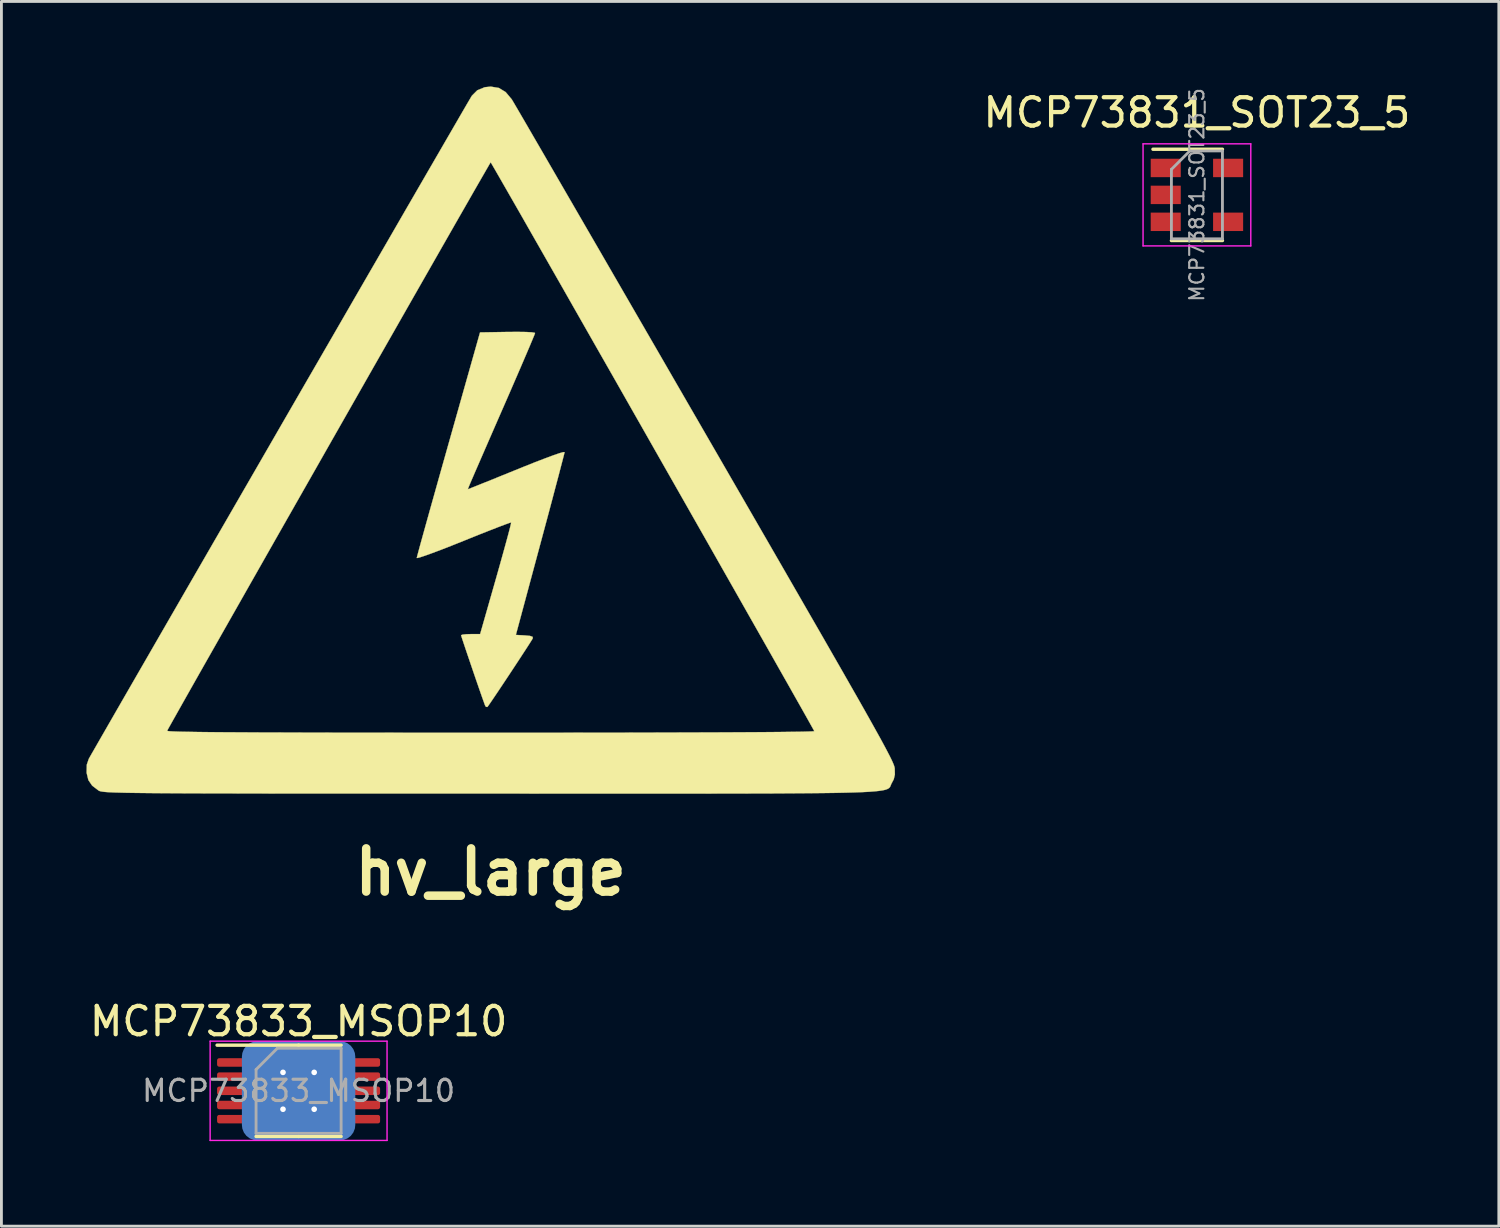
<source format=kicad_pcb>
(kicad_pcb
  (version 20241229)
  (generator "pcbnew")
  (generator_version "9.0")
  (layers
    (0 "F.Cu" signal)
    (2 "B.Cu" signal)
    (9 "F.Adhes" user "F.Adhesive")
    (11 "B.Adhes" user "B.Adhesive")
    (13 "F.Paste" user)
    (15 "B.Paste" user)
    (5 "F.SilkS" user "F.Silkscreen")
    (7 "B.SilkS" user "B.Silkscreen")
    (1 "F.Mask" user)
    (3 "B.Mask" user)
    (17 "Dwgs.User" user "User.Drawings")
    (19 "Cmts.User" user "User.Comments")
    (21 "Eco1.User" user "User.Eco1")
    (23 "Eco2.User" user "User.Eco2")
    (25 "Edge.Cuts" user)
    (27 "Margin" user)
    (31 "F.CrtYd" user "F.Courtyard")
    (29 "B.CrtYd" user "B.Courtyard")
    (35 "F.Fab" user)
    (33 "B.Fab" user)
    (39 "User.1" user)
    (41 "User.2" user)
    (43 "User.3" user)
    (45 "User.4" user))
  (footprint "MCP73833_MSOP10"
    (layer "F.Cu")
    (at 7.482 35.425)
    (property "Reference" "MCP73833_MSOP10" (at 0 -2.45 0) (layer "F.SilkS") (effects (font (size 1 1) (thickness 0.15))))
    (attr smd)
    (fp_line (start 0 -1.61) (end -2.875 -1.61) (stroke (width 0.12) (type solid)) (layer "F.SilkS"))
    (fp_line (start 0 -1.61) (end 1.5 -1.61) (stroke (width 0.12) (type solid)) (layer "F.SilkS"))
    (fp_line (start 0 1.61) (end -1.5 1.61) (stroke (width 0.12) (type solid)) (layer "F.SilkS"))
    (fp_line (start 0 1.61) (end 1.5 1.61) (stroke (width 0.12) (type solid)) (layer "F.SilkS"))
    (fp_line (start -3.12 -1.75) (end -3.12 1.75) (stroke (width 0.05) (type solid)) (layer "F.CrtYd"))
    (fp_line (start -3.12 1.75) (end 3.12 1.75) (stroke (width 0.05) (type solid)) (layer "F.CrtYd"))
    (fp_line (start 3.12 -1.75) (end -3.12 -1.75) (stroke (width 0.05) (type solid)) (layer "F.CrtYd"))
    (fp_line (start 3.12 1.75) (end 3.12 -1.75) (stroke (width 0.05) (type solid)) (layer "F.CrtYd"))
    (fp_line (start -1.5 -0.75) (end -0.75 -1.5) (stroke (width 0.1) (type solid)) (layer "F.Fab"))
    (fp_line (start -1.5 1.5) (end -1.5 -0.75) (stroke (width 0.1) (type solid)) (layer "F.Fab"))
    (fp_line (start -0.75 -1.5) (end 1.5 -1.5) (stroke (width 0.1) (type solid)) (layer "F.Fab"))
    (fp_line (start 1.5 -1.5) (end 1.5 1.5) (stroke (width 0.1) (type solid)) (layer "F.Fab"))
    (fp_line (start 1.5 1.5) (end -1.5 1.5) (stroke (width 0.1) (type solid)) (layer "F.Fab"))
    (fp_text user "${REFERENCE}" (at 0 0 0) (layer "F.Fab") (effects (font (size 0.75 0.75) (thickness 0.11))))
    (pad "" smd roundrect (at -0.42 -0.47) (size 0.7 0.79) (layers "F.Paste") (roundrect_rratio 0.25))
    (pad "" smd roundrect (at -0.42 0.47) (size 0.7 0.79) (layers "F.Paste") (roundrect_rratio 0.25))
    (pad "" smd roundrect (at 0.42 -0.47) (size 0.7 0.79) (layers "F.Paste") (roundrect_rratio 0.25))
    (pad "" smd roundrect (at 0.42 0.47) (size 0.7 0.79) (layers "F.Paste") (roundrect_rratio 0.25))
    (pad "1" smd roundrect (at -2.15 -1) (size 1.45 0.3) (layers "F.Cu" "F.Mask" "F.Paste") (roundrect_rratio 0.25))
    (pad "2" smd roundrect (at -2.15 -0.5) (size 1.45 0.3) (layers "F.Cu" "F.Mask" "F.Paste") (roundrect_rratio 0.25))
    (pad "3" smd roundrect (at -2.15 0) (size 1.45 0.3) (layers "F.Cu" "F.Mask" "F.Paste") (roundrect_rratio 0.25))
    (pad "4" smd roundrect (at -2.15 0.5) (size 1.45 0.3) (layers "F.Cu" "F.Mask" "F.Paste") (roundrect_rratio 0.25))
    (pad "5" smd roundrect (at -2.15 1) (size 1.45 0.3) (layers "F.Cu" "F.Mask" "F.Paste") (roundrect_rratio 0.25))
    (pad "6" smd roundrect (at 2.15 1) (size 1.45 0.3) (layers "F.Cu" "F.Mask" "F.Paste") (roundrect_rratio 0.25))
    (pad "7" smd roundrect (at 2.15 0.5) (size 1.45 0.3) (layers "F.Cu" "F.Mask" "F.Paste") (roundrect_rratio 0.25))
    (pad "8" smd roundrect (at 2.15 0) (size 1.45 0.3) (layers "F.Cu" "F.Mask" "F.Paste") (roundrect_rratio 0.25))
    (pad "9" smd roundrect (at 2.15 -0.5) (size 1.45 0.3) (layers "F.Cu" "F.Mask" "F.Paste") (roundrect_rratio 0.25))
    (pad "10" smd roundrect (at 2.15 -1) (size 1.45 0.3) (layers "F.Cu" "F.Mask" "F.Paste") (roundrect_rratio 0.25))
    (pad "PAD" thru_hole circle (at -0.55 -0.65) (size 0.5 0.5) (drill 0.2) (layers "*.Cu"))
    (pad "PAD" thru_hole circle (at -0.55 0.65) (size 0.5 0.5) (drill 0.2) (layers "*.Cu"))
    (pad "PAD" smd roundrect (at 0 0) (size 1.8 2.5) (layers "F.Cu" "F.Mask") (roundrect_rratio 0.149))
    (pad "PAD" smd roundrect (at 0 0) (size 4 3.5) (layers "B.Cu") (roundrect_rratio 0.156))
    (pad "PAD" thru_hole circle (at 0.55 -0.65) (size 0.5 0.5) (drill 0.2) (layers "*.Cu"))
    (pad "PAD" thru_hole circle (at 0.55 0.65) (size 0.5 0.5) (drill 0.2) (layers "*.Cu")))
  (footprint "MCP73831_SOT23_5"
    (layer "F.Cu")
    (at 39.168 3.824)
    (property "Reference" "MCP73831_SOT23_5" (at 0 -2.9 0) (layer "F.SilkS") (effects (font (size 1 1) (thickness 0.15))))
    (attr smd)
    (fp_line (start -0.9 1.61) (end 0.9 1.61) (stroke (width 0.12) (type solid)) (layer "F.SilkS"))
    (fp_line (start 0.9 -1.61) (end -1.55 -1.61) (stroke (width 0.12) (type solid)) (layer "F.SilkS"))
    (fp_line (start -1.9 -1.8) (end 1.9 -1.8) (stroke (width 0.05) (type solid)) (layer "F.CrtYd"))
    (fp_line (start -1.9 1.8) (end -1.9 -1.8) (stroke (width 0.05) (type solid)) (layer "F.CrtYd"))
    (fp_line (start 1.9 -1.8) (end 1.9 1.8) (stroke (width 0.05) (type solid)) (layer "F.CrtYd"))
    (fp_line (start 1.9 1.8) (end -1.9 1.8) (stroke (width 0.05) (type solid)) (layer "F.CrtYd"))
    (fp_line (start -0.9 -0.9) (end -0.9 1.55) (stroke (width 0.1) (type solid)) (layer "F.Fab"))
    (fp_line (start -0.9 -0.9) (end -0.25 -1.55) (stroke (width 0.1) (type solid)) (layer "F.Fab"))
    (fp_line (start 0.9 -1.55) (end -0.25 -1.55) (stroke (width 0.1) (type solid)) (layer "F.Fab"))
    (fp_line (start 0.9 -1.55) (end 0.9 1.55) (stroke (width 0.1) (type solid)) (layer "F.Fab"))
    (fp_line (start 0.9 1.55) (end -0.9 1.55) (stroke (width 0.1) (type solid)) (layer "F.Fab"))
    (fp_text user "${REFERENCE}" (at 0 0 90) (layer "F.Fab") (effects (font (size 0.5 0.5) (thickness 0.075))))
    (pad "1" smd rect (at -1.1 -0.95) (size 1.06 0.65) (layers "F.Cu" "F.Mask" "F.Paste"))
    (pad "2" smd rect (at -1.1 0) (size 1.06 0.65) (layers "F.Cu" "F.Mask" "F.Paste"))
    (pad "3" smd rect (at -1.1 0.95) (size 1.06 0.65) (layers "F.Cu" "F.Mask" "F.Paste"))
    (pad "4" smd rect (at 1.1 0.95) (size 1.06 0.65) (layers "F.Cu" "F.Mask" "F.Paste"))
    (pad "5" smd rect (at 1.1 -0.95) (size 1.06 0.65) (layers "F.Cu" "F.Mask" "F.Paste")))
  (footprint "hv_large"
    (layer "F.Cu")
    (at 14.257 16.532)
    (property "Reference" "hv_large" (at 0 11.176 0) (layer "F.SilkS") (effects (font (size 1.524 1.524) (thickness 0.3))))
    (attr through_hole)
    (fp_poly (pts (xy 1.244 -7.872) (xy 1.447 -7.861) (xy 1.553 -7.844) (xy 1.566 -7.835) (xy 1.543 -7.772) (xy 1.478 -7.614) (xy 1.376 -7.37) (xy 1.24 -7.052) (xy 1.076 -6.669) (xy 0.887 -6.232) (xy 0.679 -5.752) (xy 0.455 -5.239) (xy 0.429 -5.18) (xy 0.202 -4.661) (xy -0.012 -4.17) (xy -0.208 -3.72) (xy -0.381 -3.322) (xy -0.528 -2.985) (xy -0.642 -2.721) (xy -0.72 -2.54) (xy -0.756 -2.454) (xy -0.757 -2.452) (xy -0.808 -2.323) (xy -0.534 -2.431) (xy -0.407 -2.482) (xy -0.19 -2.57) (xy 0.1 -2.686) (xy 0.444 -2.826) (xy 0.824 -2.98) (xy 1.174 -3.122) (xy 1.564 -3.278) (xy 1.911 -3.411) (xy 2.201 -3.519) (xy 2.422 -3.595) (xy 2.562 -3.635) (xy 2.607 -3.635) (xy 2.592 -3.568) (xy 2.549 -3.399) (xy 2.481 -3.139) (xy 2.392 -2.797) (xy 2.282 -2.384) (xy 2.157 -1.91) (xy 2.017 -1.385) (xy 1.865 -0.82) (xy 1.746 -0.377) (xy 0.888 2.813) (xy 1.203 2.83) (xy 1.389 2.848) (xy 1.478 2.879) (xy 1.487 2.928) (xy 1.449 2.994) (xy 1.357 3.14) (xy 1.222 3.349) (xy 1.055 3.605) (xy 0.867 3.891) (xy 0.669 4.191) (xy 0.472 4.488) (xy 0.287 4.766) (xy 0.124 5.008) (xy -0.005 5.198) (xy -0.09 5.32) (xy -0.116 5.354) (xy -0.167 5.349) (xy -0.199 5.296) (xy -0.243 5.175) (xy -0.314 4.976) (xy -0.404 4.718) (xy -0.507 4.42) (xy -0.616 4.102) (xy -0.725 3.781) (xy -0.828 3.478) (xy -0.918 3.211) (xy -0.988 3.001) (xy -1.032 2.865) (xy -1.044 2.823) (xy -0.991 2.802) (xy -0.855 2.788) (xy -0.708 2.784) (xy -0.372 2.784) (xy 0.187 0.827) (xy 0.316 0.371) (xy 0.433 -0.048) (xy 0.535 -0.418) (xy 0.619 -0.727) (xy 0.68 -0.96) (xy 0.715 -1.107) (xy 0.722 -1.153) (xy 0.665 -1.138) (xy 0.513 -1.084) (xy 0.281 -0.996) (xy -0.02 -0.879) (xy -0.375 -0.739) (xy -0.771 -0.58) (xy -0.955 -0.505) (xy -1.368 -0.34) (xy -1.741 -0.194) (xy -2.064 -0.073) (xy -2.322 0.02) (xy -2.504 0.08) (xy -2.598 0.101) (xy -2.607 0.098) (xy -2.591 0.032) (xy -2.546 -0.137) (xy -2.475 -0.398) (xy -2.379 -0.745) (xy -2.262 -1.166) (xy -2.126 -1.653) (xy -1.973 -2.198) (xy -1.807 -2.79) (xy -1.629 -3.421) (xy -1.49 -3.914) (xy -0.375 -7.858) (xy 0.596 -7.874) (xy 0.956 -7.876) (xy 1.244 -7.872)) (stroke (width 0.01) (type solid)) (fill yes) (layer "F.SilkS"))
    (fp_poly (pts (xy 0.287 -16.48) (xy 0.529 -16.334) (xy 0.741 -16.081) (xy 0.752 -16.064) (xy 0.796 -15.99) (xy 0.896 -15.82) (xy 1.048 -15.559) (xy 1.251 -15.211) (xy 1.5 -14.781) (xy 1.795 -14.273) (xy 2.131 -13.693) (xy 2.507 -13.044) (xy 2.92 -12.331) (xy 3.367 -11.559) (xy 3.846 -10.733) (xy 4.353 -9.856) (xy 4.887 -8.933) (xy 5.444 -7.97) (xy 6.022 -6.971) (xy 6.618 -5.939) (xy 7.23 -4.881) (xy 7.571 -4.291) (xy 8.308 -3.016) (xy 8.989 -1.837) (xy 9.617 -0.75) (xy 10.193 0.248) (xy 10.719 1.161) (xy 11.198 1.993) (xy 11.633 2.747) (xy 12.024 3.429) (xy 12.375 4.041) (xy 12.687 4.588) (xy 12.964 5.073) (xy 13.206 5.5) (xy 13.416 5.874) (xy 13.596 6.197) (xy 13.75 6.474) (xy 13.877 6.709) (xy 13.982 6.906) (xy 14.066 7.068) (xy 14.131 7.199) (xy 14.18 7.304) (xy 14.214 7.386) (xy 14.236 7.448) (xy 14.248 7.496) (xy 14.252 7.521) (xy 14.257 7.739) (xy 14.218 7.904) (xy 14.156 8.022) (xy 14.134 8.064) (xy 14.118 8.102) (xy 14.104 8.138) (xy 14.088 8.171) (xy 14.066 8.201) (xy 14.032 8.228) (xy 13.983 8.253) (xy 13.915 8.276) (xy 13.822 8.296) (xy 13.701 8.314) (xy 13.548 8.33) (xy 13.357 8.345) (xy 13.125 8.357) (xy 12.847 8.368) (xy 12.519 8.377) (xy 12.137 8.385) (xy 11.696 8.391) (xy 11.192 8.396) (xy 10.62 8.4) (xy 9.976 8.404) (xy 9.256 8.406) (xy 8.456 8.408) (xy 7.571 8.409) (xy 6.597 8.409) (xy 5.529 8.409) (xy 4.363 8.409) (xy 3.095 8.409) (xy 1.72 8.409) (xy 0.234 8.408) (xy -0.009 8.408) (xy -1.494 8.408) (xy -2.867 8.408) (xy -4.133 8.408) (xy -5.297 8.408) (xy -6.362 8.407) (xy -7.333 8.407) (xy -8.215 8.406) (xy -9.012 8.404) (xy -9.728 8.403) (xy -10.368 8.401) (xy -10.936 8.399) (xy -11.436 8.396) (xy -11.874 8.393) (xy -12.253 8.389) (xy -12.577 8.385) (xy -12.852 8.381) (xy -13.082 8.375) (xy -13.271 8.37) (xy -13.423 8.363) (xy -13.543 8.356) (xy -13.636 8.348) (xy -13.705 8.339) (xy -13.755 8.33) (xy -13.791 8.32) (xy -13.817 8.308) (xy -13.831 8.301) (xy -14.057 8.128) (xy -14.19 7.933) (xy -14.25 7.684) (xy -14.252 7.665) (xy -14.246 7.392) (xy -14.176 7.186) (xy -14.137 7.116) (xy -14.043 6.951) (xy -13.897 6.697) (xy -13.703 6.359) (xy -13.609 6.196) (xy -11.411 6.196) (xy -11.386 6.204) (xy -11.302 6.212) (xy -11.157 6.219) (xy -10.945 6.226) (xy -10.665 6.231) (xy -10.311 6.237) (xy -9.882 6.242) (xy -9.374 6.246) (xy -8.782 6.249) (xy -8.104 6.253) (xy -7.336 6.255) (xy -6.474 6.258) (xy -5.515 6.26) (xy -4.456 6.261) (xy -3.293 6.262) (xy -2.022 6.263) (xy -0.64 6.263) (xy 0 6.263) (xy 1.432 6.263) (xy 2.778 6.262) (xy 4.034 6.261) (xy 5.2 6.259) (xy 6.272 6.256) (xy 7.25 6.253) (xy 8.13 6.25) (xy 8.91 6.246) (xy 9.589 6.242) (xy 10.165 6.237) (xy 10.634 6.231) (xy 10.995 6.226) (xy 11.246 6.219) (xy 11.385 6.213) (xy 11.415 6.208) (xy 11.383 6.148) (xy 11.297 5.993) (xy 11.161 5.75) (xy 10.978 5.425) (xy 10.75 5.022) (xy 10.483 4.549) (xy 10.177 4.01) (xy 9.839 3.412) (xy 9.469 2.76) (xy 9.072 2.061) (xy 8.652 1.32) (xy 8.21 0.542) (xy 7.752 -0.265) (xy 7.279 -1.097) (xy 6.796 -1.947) (xy 6.305 -2.81) (xy 5.81 -3.679) (xy 5.315 -4.55) (xy 4.822 -5.416) (xy 4.336 -6.271) (xy 3.858 -7.109) (xy 3.393 -7.925) (xy 2.944 -8.713) (xy 2.515 -9.467) (xy 2.107 -10.181) (xy 1.726 -10.849) (xy 1.374 -11.465) (xy 1.055 -12.025) (xy 0.771 -12.52) (xy 0.526 -12.947) (xy 0.324 -13.299) (xy 0.168 -13.57) (xy 0.061 -13.755) (xy 0.007 -13.847) (xy 0 -13.856) (xy -0.031 -13.807) (xy -0.115 -13.662) (xy -0.25 -13.428) (xy -0.433 -13.111) (xy -0.659 -12.717) (xy -0.926 -12.25) (xy -1.231 -11.718) (xy -1.569 -11.126) (xy -1.938 -10.48) (xy -2.334 -9.786) (xy -2.755 -9.049) (xy -3.196 -8.275) (xy -3.654 -7.471) (xy -4.127 -6.642) (xy -4.61 -5.793) (xy -5.1 -4.932) (xy -5.595 -4.063) (xy -6.09 -3.192) (xy -6.583 -2.326) (xy -7.07 -1.47) (xy -7.548 -0.63) (xy -8.013 0.189) (xy -8.462 0.979) (xy -8.892 1.737) (xy -9.3 2.455) (xy -9.681 3.127) (xy -10.034 3.749) (xy -10.354 4.314) (xy -10.638 4.816) (xy -10.883 5.25) (xy -11.085 5.609) (xy -11.242 5.888) (xy -11.35 6.081) (xy -11.405 6.182) (xy -11.411 6.196) (xy -13.609 6.196) (xy -13.463 5.942) (xy -13.182 5.453) (xy -12.861 4.896) (xy -12.504 4.277) (xy -12.114 3.601) (xy -11.695 2.874) (xy -11.249 2.101) (xy -10.78 1.288) (xy -10.29 0.44) (xy -9.784 -0.437) (xy -9.263 -1.338) (xy -8.732 -2.258) (xy -8.193 -3.191) (xy -7.65 -4.132) (xy -7.106 -5.074) (xy -6.563 -6.014) (xy -6.025 -6.944) (xy -5.495 -7.861) (xy -4.977 -8.758) (xy -4.473 -9.63) (xy -3.986 -10.471) (xy -3.52 -11.277) (xy -3.079 -12.041) (xy -2.664 -12.758) (xy -2.279 -13.423) (xy -1.927 -14.03) (xy -1.612 -14.574) (xy -1.336 -15.05) (xy -1.104 -15.451) (xy -0.917 -15.773) (xy -0.779 -16.01) (xy -0.693 -16.156) (xy -0.663 -16.206) (xy -0.471 -16.398) (xy -0.207 -16.506) (xy 0.003 -16.527) (xy 0.287 -16.48)) (stroke (width 0.01) (type solid)) (fill yes) (layer "F.SilkS")))
  (gr_rect
    (start -3 -3)
    (end 49.817 40.2)
    (stroke (width 0.1) (type default))
    (fill no)
    (layer "Edge.Cuts")))
</source>
